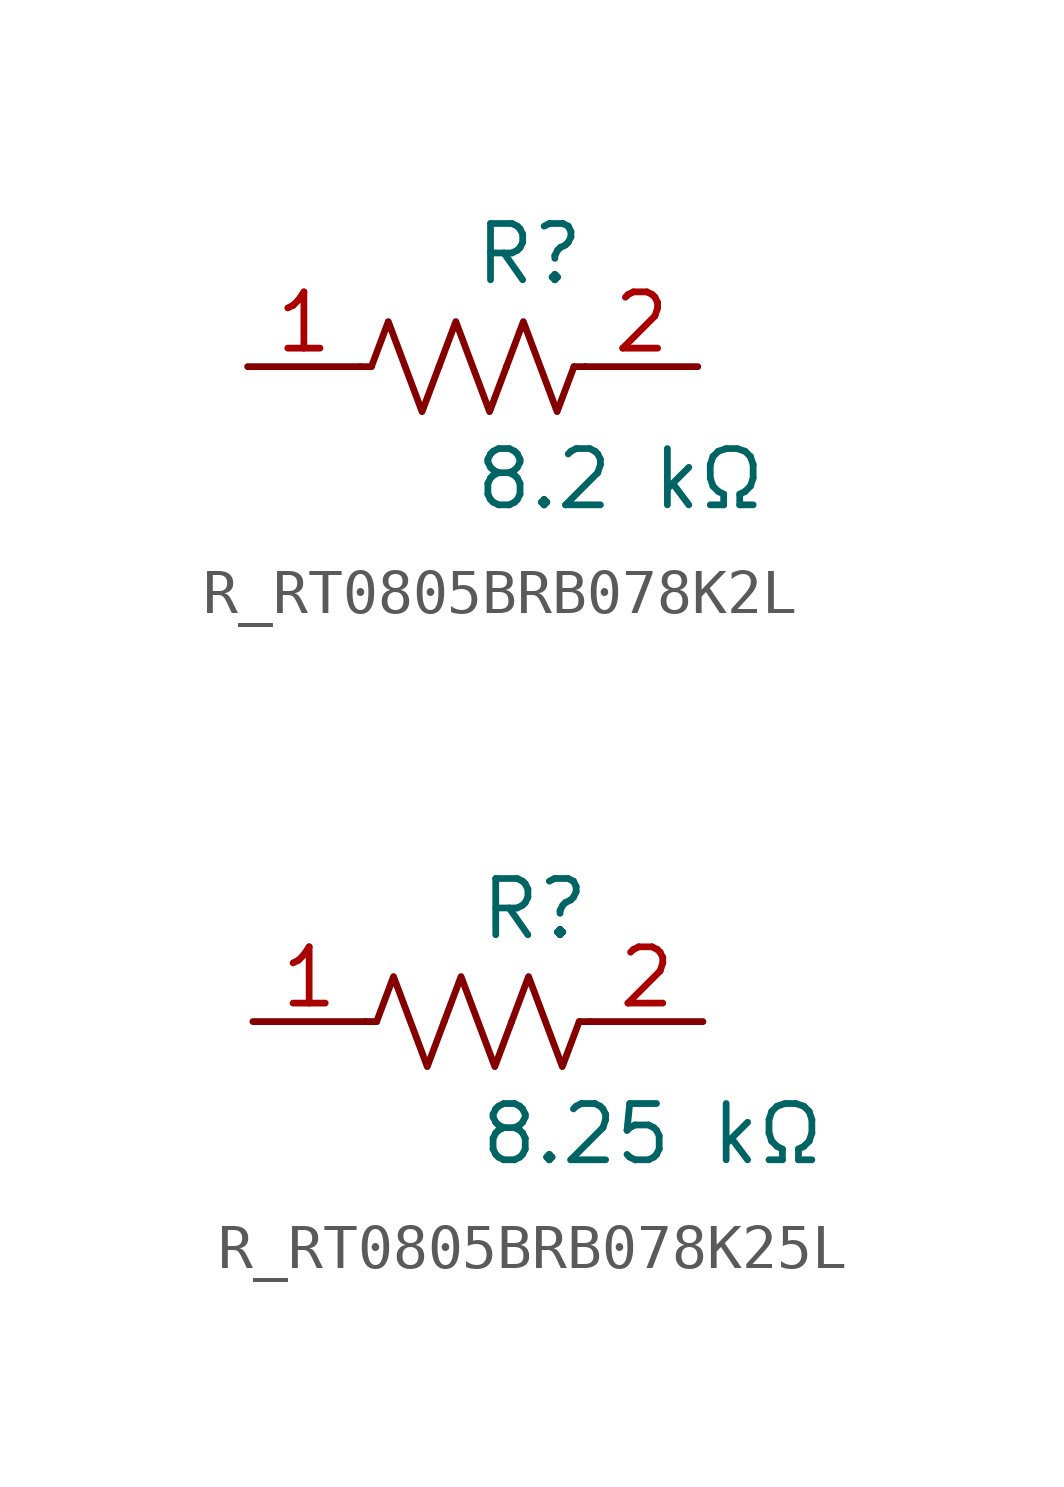
<source format=kicad_sym>
(kicad_symbol_lib
  (version 20231120)
  (generator kicad_symbol_editor)
  (generator_version 8.0)
  (symbol "R_RT0805BRB078K2L"
    (pin_names
      (offset 0.254))
    (property "Reference" "R"
      (at 0.0 2.54 0)
      (effects (font (size 1.27 1.27)) (justify left)))
    (property "Value" "8.2 kΩ"
      (at 0.0 -2.54 0)
      (effects (font (size 1.27 1.27)) (justify left)))
    (symbol "R_RT0805BRB078K2L_0_1"
      (polyline (pts (xy 2.286 0) (xy 2.54 0)) (stroke (width 0) (type default)) (fill (type none)))
      (polyline (pts (xy -2.286 0) (xy -2.54 0)) (stroke (width 0) (type default)) (fill (type none)))
      (polyline (pts (xy 0.762 0) (xy 1.143 1.016) (xy 1.524 0) (xy 1.905 -1.016) (xy 2.286 0)) (stroke (width 0) (type default)) (fill (type none)))
      (polyline (pts (xy -0.762 0) (xy -0.381 1.016) (xy 0 0) (xy 0.381 -1.016) (xy 0.762 0)) (stroke (width 0) (type default)) (fill (type none)))
      (polyline (pts (xy -2.286 0) (xy -1.905 1.016) (xy -1.524 0) (xy -1.143 -1.016) (xy -0.762 0)) (stroke (width 0) (type default)) (fill (type none))))
    (pin unspecified line
      (at -5.08 0 0)
      (length 2.54)
      (name "" (effects (font (size 1.27 1.27))))
      (number "1" (effects (font (size 1.27 1.27)))))
    (pin unspecified line
      (at 5.08 0 180)
      (length 2.54)
      (name "" (effects (font (size 1.27 1.27))))
      (number "2" (effects (font (size 1.27 1.27))))))
  (symbol "R_RT0805BRB078K25L"
    (pin_names
      (offset 0.254))
    (property "Reference" "R"
      (at 0.0 2.54 0)
      (effects (font (size 1.27 1.27)) (justify left)))
    (property "Value" "8.25 kΩ"
      (at 0.0 -2.54 0)
      (effects (font (size 1.27 1.27)) (justify left)))
    (symbol "R_RT0805BRB078K25L_0_1"
      (polyline (pts (xy 2.286 0) (xy 2.54 0)) (stroke (width 0) (type default)) (fill (type none)))
      (polyline (pts (xy -2.286 0) (xy -2.54 0)) (stroke (width 0) (type default)) (fill (type none)))
      (polyline (pts (xy 0.762 0) (xy 1.143 1.016) (xy 1.524 0) (xy 1.905 -1.016) (xy 2.286 0)) (stroke (width 0) (type default)) (fill (type none)))
      (polyline (pts (xy -0.762 0) (xy -0.381 1.016) (xy 0 0) (xy 0.381 -1.016) (xy 0.762 0)) (stroke (width 0) (type default)) (fill (type none)))
      (polyline (pts (xy -2.286 0) (xy -1.905 1.016) (xy -1.524 0) (xy -1.143 -1.016) (xy -0.762 0)) (stroke (width 0) (type default)) (fill (type none))))
    (pin unspecified line
      (at -5.08 0 0)
      (length 2.54)
      (name "" (effects (font (size 1.27 1.27))))
      (number "1" (effects (font (size 1.27 1.27)))))
    (pin unspecified line
      (at 5.08 0 180)
      (length 2.54)
      (name "" (effects (font (size 1.27 1.27))))
      (number "2" (effects (font (size 1.27 1.27)))))))
</source>
